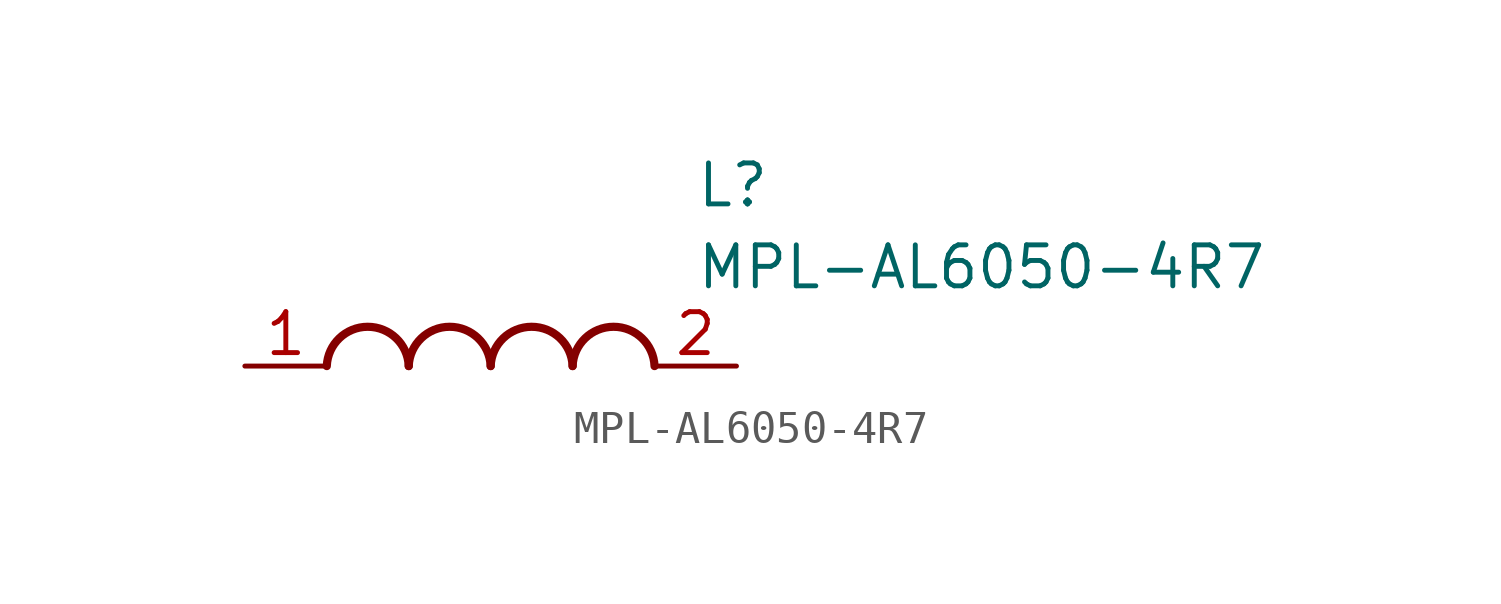
<source format=kicad_sym>
(kicad_symbol_lib
  (version 20220914)
  (generator kicad_symbol_editor)
  (symbol "MPL-AL6050-4R7"
    (pin_names hide)
    (property "Reference" "L"
      (at 16.51 6.35 0)
      (effects (font (size 1.27 1.27)) (justify left top)))
    (property "Value" "MPL-AL6050-4R7"
      (at 16.51 3.81 0)
      (effects (font (size 1.27 1.27)) (justify left top)))
    (symbol "MPL-AL6050-4R7_1_1"
      (arc (start 7.62 0) (mid 6.35 1.219) (end 5.08 0) (stroke (width 0.254) (type default)) (fill (type none)))
      (arc (start 10.16 0) (mid 8.89 1.219) (end 7.62 0) (stroke (width 0.254) (type default)) (fill (type none)))
      (arc (start 12.7 0) (mid 11.43 1.219) (end 10.16 0) (stroke (width 0.254) (type default)) (fill (type none)))
      (arc (start 15.24 0) (mid 13.97 1.219) (end 12.7 0) (stroke (width 0.254) (type default)) (fill (type none)))
      (pin passive line (at 2.54 0 0) (length 2.54) (name "1" (effects (font (size 1.27 1.27)))) (number "1" (effects (font (size 1.27 1.27)))))
      (pin passive line (at 17.78 0 180) (length 2.54) (name "2" (effects (font (size 1.27 1.27)))) (number "2" (effects (font (size 1.27 1.27))))))))
</source>
